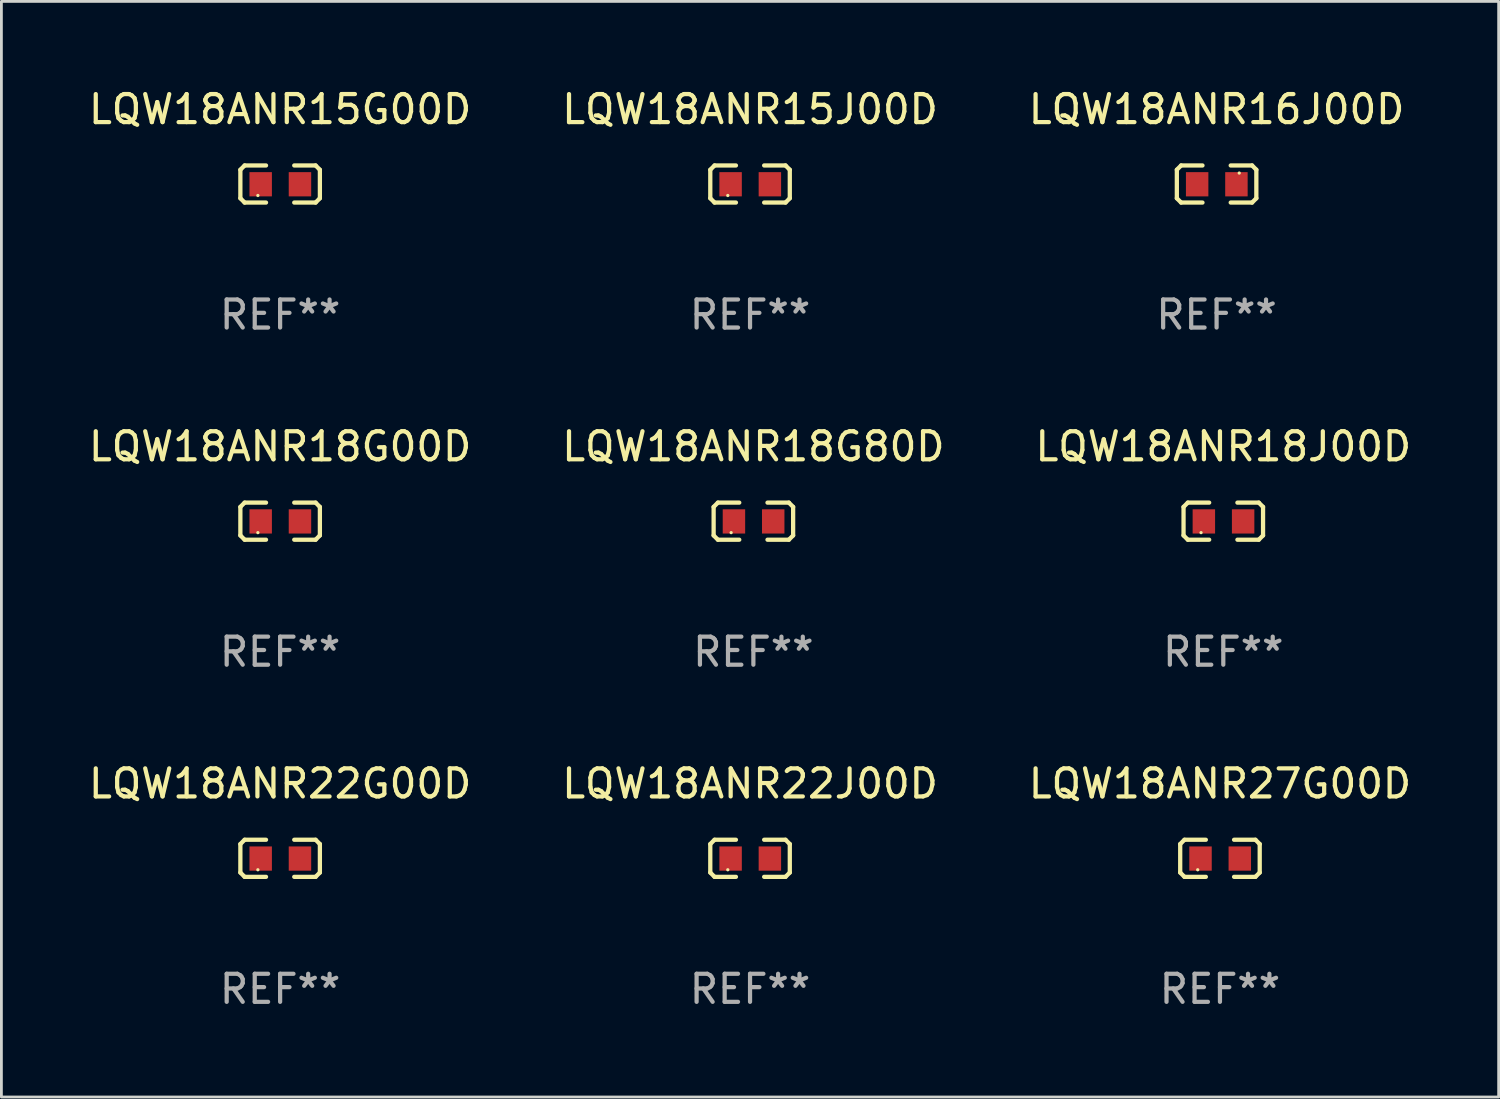
<source format=kicad_pcb>
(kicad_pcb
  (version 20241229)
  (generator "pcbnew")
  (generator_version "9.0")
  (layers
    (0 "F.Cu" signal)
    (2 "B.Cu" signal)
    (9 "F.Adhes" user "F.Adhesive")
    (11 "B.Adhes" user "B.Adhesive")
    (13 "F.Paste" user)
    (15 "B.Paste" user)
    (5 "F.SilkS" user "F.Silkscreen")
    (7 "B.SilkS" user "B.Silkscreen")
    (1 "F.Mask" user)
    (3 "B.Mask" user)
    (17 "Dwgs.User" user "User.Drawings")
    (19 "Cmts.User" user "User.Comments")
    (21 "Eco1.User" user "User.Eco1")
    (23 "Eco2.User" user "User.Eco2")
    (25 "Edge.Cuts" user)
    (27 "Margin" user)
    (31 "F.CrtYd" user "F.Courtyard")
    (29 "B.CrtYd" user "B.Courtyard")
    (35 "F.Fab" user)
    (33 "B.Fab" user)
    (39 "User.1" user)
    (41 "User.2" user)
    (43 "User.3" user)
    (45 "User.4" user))
  (footprint "LQW18ANR18G80D"
    (layer "F.Cu")
    (at 23.804 15.527)
    (property "Reference" "LQW18ANR18G80D" (at 0 -2.661 0) (layer "F.SilkS") (effects (font (size 1 1) (thickness 0.15))))
    (attr through_hole)
    (fp_line (start -1.417 -0.508) (end -1.265 -0.661) (stroke (width 0.152) (type solid)) (layer "F.SilkS"))
    (fp_line (start -1.417 0.508) (end -1.417 -0.508) (stroke (width 0.152) (type solid)) (layer "F.SilkS"))
    (fp_line (start -1.265 -0.661) (end -0.503 -0.661) (stroke (width 0.152) (type solid)) (layer "F.SilkS"))
    (fp_line (start -1.265 0.661) (end -1.417 0.508) (stroke (width 0.152) (type solid)) (layer "F.SilkS"))
    (fp_line (start -1.265 0.661) (end -0.503 0.661) (stroke (width 0.152) (type solid)) (layer "F.SilkS"))
    (fp_line (start 1.265 -0.661) (end 0.503 -0.661) (stroke (width 0.152) (type solid)) (layer "F.SilkS"))
    (fp_line (start 1.265 -0.661) (end 1.417 -0.508) (stroke (width 0.152) (type solid)) (layer "F.SilkS"))
    (fp_line (start 1.265 0.661) (end 0.503 0.661) (stroke (width 0.152) (type solid)) (layer "F.SilkS"))
    (fp_line (start 1.417 -0.508) (end 1.417 0.508) (stroke (width 0.152) (type solid)) (layer "F.SilkS"))
    (fp_line (start 1.417 0.508) (end 1.265 0.661) (stroke (width 0.152) (type solid)) (layer "F.SilkS"))
    (fp_circle (center -0.793 0.409) (end -0.763 0.409) (stroke (width 0.06) (type solid)) (fill no) (layer "F.SilkS"))
    (fp_text user "REF**" (at 0 4.661 0) (layer "F.Fab") (effects (font (size 1 1) (thickness 0.15))))
    (pad "1" smd rect (at -0.693 0.009 180) (size 0.8 0.864) (layers "F.Cu" "F.Mask" "F.Paste"))
    (pad "2" smd rect (at 0.707 0.009 180) (size 0.8 0.864) (layers "F.Cu" "F.Mask" "F.Paste")))
  (footprint "LQW18ANR15J00D"
    (layer "F.Cu")
    (at 23.685 3.509)
    (property "Reference" "LQW18ANR15J00D" (at 0 -2.661 0) (layer "F.SilkS") (effects (font (size 1 1) (thickness 0.15))))
    (attr through_hole)
    (fp_line (start -1.417 -0.508) (end -1.265 -0.661) (stroke (width 0.152) (type solid)) (layer "F.SilkS"))
    (fp_line (start -1.417 0.508) (end -1.417 -0.508) (stroke (width 0.152) (type solid)) (layer "F.SilkS"))
    (fp_line (start -1.265 -0.661) (end -0.503 -0.661) (stroke (width 0.152) (type solid)) (layer "F.SilkS"))
    (fp_line (start -1.265 0.661) (end -1.417 0.508) (stroke (width 0.152) (type solid)) (layer "F.SilkS"))
    (fp_line (start -1.265 0.661) (end -0.503 0.661) (stroke (width 0.152) (type solid)) (layer "F.SilkS"))
    (fp_line (start 1.265 -0.661) (end 0.503 -0.661) (stroke (width 0.152) (type solid)) (layer "F.SilkS"))
    (fp_line (start 1.265 -0.661) (end 1.417 -0.508) (stroke (width 0.152) (type solid)) (layer "F.SilkS"))
    (fp_line (start 1.265 0.661) (end 0.503 0.661) (stroke (width 0.152) (type solid)) (layer "F.SilkS"))
    (fp_line (start 1.417 -0.508) (end 1.417 0.508) (stroke (width 0.152) (type solid)) (layer "F.SilkS"))
    (fp_line (start 1.417 0.508) (end 1.265 0.661) (stroke (width 0.152) (type solid)) (layer "F.SilkS"))
    (fp_circle (center -0.793 0.409) (end -0.763 0.409) (stroke (width 0.06) (type solid)) (fill no) (layer "F.SilkS"))
    (fp_text user "REF**" (at 0 4.661 0) (layer "F.Fab") (effects (font (size 1 1) (thickness 0.15))))
    (pad "1" smd rect (at -0.693 0.009 180) (size 0.8 0.864) (layers "F.Cu" "F.Mask" "F.Paste"))
    (pad "2" smd rect (at 0.707 0.009 180) (size 0.8 0.864) (layers "F.Cu" "F.Mask" "F.Paste")))
  (footprint "LQW18ANR18G00D"
    (layer "F.Cu")
    (at 6.935 15.527)
    (property "Reference" "LQW18ANR18G00D" (at 0 -2.661 0) (layer "F.SilkS") (effects (font (size 1 1) (thickness 0.15))))
    (attr through_hole)
    (fp_line (start -1.417 -0.508) (end -1.265 -0.661) (stroke (width 0.152) (type solid)) (layer "F.SilkS"))
    (fp_line (start -1.417 0.508) (end -1.417 -0.508) (stroke (width 0.152) (type solid)) (layer "F.SilkS"))
    (fp_line (start -1.265 -0.661) (end -0.503 -0.661) (stroke (width 0.152) (type solid)) (layer "F.SilkS"))
    (fp_line (start -1.265 0.661) (end -1.417 0.508) (stroke (width 0.152) (type solid)) (layer "F.SilkS"))
    (fp_line (start -1.265 0.661) (end -0.503 0.661) (stroke (width 0.152) (type solid)) (layer "F.SilkS"))
    (fp_line (start 1.265 -0.661) (end 0.503 -0.661) (stroke (width 0.152) (type solid)) (layer "F.SilkS"))
    (fp_line (start 1.265 -0.661) (end 1.417 -0.508) (stroke (width 0.152) (type solid)) (layer "F.SilkS"))
    (fp_line (start 1.265 0.661) (end 0.503 0.661) (stroke (width 0.152) (type solid)) (layer "F.SilkS"))
    (fp_line (start 1.417 -0.508) (end 1.417 0.508) (stroke (width 0.152) (type solid)) (layer "F.SilkS"))
    (fp_line (start 1.417 0.508) (end 1.265 0.661) (stroke (width 0.152) (type solid)) (layer "F.SilkS"))
    (fp_circle (center -0.793 0.409) (end -0.763 0.409) (stroke (width 0.06) (type solid)) (fill no) (layer "F.SilkS"))
    (fp_text user "REF**" (at 0 4.661 0) (layer "F.Fab") (effects (font (size 1 1) (thickness 0.15))))
    (pad "1" smd rect (at -0.693 0.009 180) (size 0.8 0.864) (layers "F.Cu" "F.Mask" "F.Paste"))
    (pad "2" smd rect (at 0.707 0.009 180) (size 0.8 0.864) (layers "F.Cu" "F.Mask" "F.Paste")))
  (footprint "LQW18ANR22J00D"
    (layer "F.Cu")
    (at 23.685 27.544)
    (property "Reference" "LQW18ANR22J00D" (at 0 -2.661 0) (layer "F.SilkS") (effects (font (size 1 1) (thickness 0.15))))
    (attr through_hole)
    (fp_line (start -1.417 -0.508) (end -1.265 -0.661) (stroke (width 0.152) (type solid)) (layer "F.SilkS"))
    (fp_line (start -1.417 0.508) (end -1.417 -0.508) (stroke (width 0.152) (type solid)) (layer "F.SilkS"))
    (fp_line (start -1.265 -0.661) (end -0.503 -0.661) (stroke (width 0.152) (type solid)) (layer "F.SilkS"))
    (fp_line (start -1.265 0.661) (end -1.417 0.508) (stroke (width 0.152) (type solid)) (layer "F.SilkS"))
    (fp_line (start -1.265 0.661) (end -0.503 0.661) (stroke (width 0.152) (type solid)) (layer "F.SilkS"))
    (fp_line (start 1.265 -0.661) (end 0.503 -0.661) (stroke (width 0.152) (type solid)) (layer "F.SilkS"))
    (fp_line (start 1.265 -0.661) (end 1.417 -0.508) (stroke (width 0.152) (type solid)) (layer "F.SilkS"))
    (fp_line (start 1.265 0.661) (end 0.503 0.661) (stroke (width 0.152) (type solid)) (layer "F.SilkS"))
    (fp_line (start 1.417 -0.508) (end 1.417 0.508) (stroke (width 0.152) (type solid)) (layer "F.SilkS"))
    (fp_line (start 1.417 0.508) (end 1.265 0.661) (stroke (width 0.152) (type solid)) (layer "F.SilkS"))
    (fp_circle (center -0.793 0.409) (end -0.763 0.409) (stroke (width 0.06) (type solid)) (fill no) (layer "F.SilkS"))
    (fp_text user "REF**" (at 0 4.661 0) (layer "F.Fab") (effects (font (size 1 1) (thickness 0.15))))
    (pad "1" smd rect (at -0.693 0.009 180) (size 0.8 0.864) (layers "F.Cu" "F.Mask" "F.Paste"))
    (pad "2" smd rect (at 0.707 0.009 180) (size 0.8 0.864) (layers "F.Cu" "F.Mask" "F.Paste")))
  (footprint "LQW18ANR27G00D"
    (layer "F.Cu")
    (at 40.435 27.544)
    (property "Reference" "LQW18ANR27G00D" (at 0 -2.661 0) (layer "F.SilkS") (effects (font (size 1 1) (thickness 0.15))))
    (attr through_hole)
    (fp_line (start -1.417 -0.508) (end -1.265 -0.661) (stroke (width 0.152) (type solid)) (layer "F.SilkS"))
    (fp_line (start -1.417 0.508) (end -1.417 -0.508) (stroke (width 0.152) (type solid)) (layer "F.SilkS"))
    (fp_line (start -1.265 -0.661) (end -0.503 -0.661) (stroke (width 0.152) (type solid)) (layer "F.SilkS"))
    (fp_line (start -1.265 0.661) (end -1.417 0.508) (stroke (width 0.152) (type solid)) (layer "F.SilkS"))
    (fp_line (start -1.265 0.661) (end -0.503 0.661) (stroke (width 0.152) (type solid)) (layer "F.SilkS"))
    (fp_line (start 1.265 -0.661) (end 0.503 -0.661) (stroke (width 0.152) (type solid)) (layer "F.SilkS"))
    (fp_line (start 1.265 -0.661) (end 1.417 -0.508) (stroke (width 0.152) (type solid)) (layer "F.SilkS"))
    (fp_line (start 1.265 0.661) (end 0.503 0.661) (stroke (width 0.152) (type solid)) (layer "F.SilkS"))
    (fp_line (start 1.417 -0.508) (end 1.417 0.508) (stroke (width 0.152) (type solid)) (layer "F.SilkS"))
    (fp_line (start 1.417 0.508) (end 1.265 0.661) (stroke (width 0.152) (type solid)) (layer "F.SilkS"))
    (fp_circle (center -0.793 0.409) (end -0.763 0.409) (stroke (width 0.06) (type solid)) (fill no) (layer "F.SilkS"))
    (fp_text user "REF**" (at 0 4.661 0) (layer "F.Fab") (effects (font (size 1 1) (thickness 0.15))))
    (pad "1" smd rect (at -0.693 0.009 180) (size 0.8 0.864) (layers "F.Cu" "F.Mask" "F.Paste"))
    (pad "2" smd rect (at 0.707 0.009 180) (size 0.8 0.864) (layers "F.Cu" "F.Mask" "F.Paste")))
  (footprint "LQW18ANR16J00D"
    (layer "F.Cu")
    (at 40.315 3.509)
    (property "Reference" "LQW18ANR16J00D" (at 0 -2.661 0) (layer "F.SilkS") (effects (font (size 1 1) (thickness 0.15))))
    (attr through_hole)
    (fp_line (start -1.417 -0.508) (end -1.265 -0.661) (stroke (width 0.152) (type solid)) (layer "F.SilkS"))
    (fp_line (start -1.417 0.508) (end -1.417 -0.508) (stroke (width 0.152) (type solid)) (layer "F.SilkS"))
    (fp_line (start -1.265 -0.661) (end -0.503 -0.661) (stroke (width 0.152) (type solid)) (layer "F.SilkS"))
    (fp_line (start -1.265 0.661) (end -1.417 0.508) (stroke (width 0.152) (type solid)) (layer "F.SilkS"))
    (fp_line (start -1.265 0.661) (end -0.503 0.661) (stroke (width 0.152) (type solid)) (layer "F.SilkS"))
    (fp_line (start 1.265 -0.661) (end 0.503 -0.661) (stroke (width 0.152) (type solid)) (layer "F.SilkS"))
    (fp_line (start 1.265 -0.661) (end 1.417 -0.508) (stroke (width 0.152) (type solid)) (layer "F.SilkS"))
    (fp_line (start 1.265 0.661) (end 0.503 0.661) (stroke (width 0.152) (type solid)) (layer "F.SilkS"))
    (fp_line (start 1.417 -0.508) (end 1.417 0.508) (stroke (width 0.152) (type solid)) (layer "F.SilkS"))
    (fp_line (start 1.417 0.508) (end 1.265 0.661) (stroke (width 0.152) (type solid)) (layer "F.SilkS"))
    (fp_circle (center 0.807 -0.391) (end 0.837 -0.391) (stroke (width 0.06) (type solid)) (fill no) (layer "F.SilkS"))
    (fp_text user "REF**" (at 0 4.661 0) (layer "F.Fab") (effects (font (size 1 1) (thickness 0.15))))
    (pad "1" smd rect (at 0.707 0.009 180) (size 0.8 0.864) (layers "F.Cu" "F.Mask" "F.Paste"))
    (pad "2" smd rect (at -0.693 0.009 180) (size 0.8 0.864) (layers "F.Cu" "F.Mask" "F.Paste")))
  (footprint "LQW18ANR15G00D"
    (layer "F.Cu")
    (at 6.935 3.509)
    (property "Reference" "LQW18ANR15G00D" (at 0 -2.661 0) (layer "F.SilkS") (effects (font (size 1 1) (thickness 0.15))))
    (attr through_hole)
    (fp_line (start -1.417 -0.508) (end -1.265 -0.661) (stroke (width 0.152) (type solid)) (layer "F.SilkS"))
    (fp_line (start -1.417 0.508) (end -1.417 -0.508) (stroke (width 0.152) (type solid)) (layer "F.SilkS"))
    (fp_line (start -1.265 -0.661) (end -0.503 -0.661) (stroke (width 0.152) (type solid)) (layer "F.SilkS"))
    (fp_line (start -1.265 0.661) (end -1.417 0.508) (stroke (width 0.152) (type solid)) (layer "F.SilkS"))
    (fp_line (start -1.265 0.661) (end -0.503 0.661) (stroke (width 0.152) (type solid)) (layer "F.SilkS"))
    (fp_line (start 1.265 -0.661) (end 0.503 -0.661) (stroke (width 0.152) (type solid)) (layer "F.SilkS"))
    (fp_line (start 1.265 -0.661) (end 1.417 -0.508) (stroke (width 0.152) (type solid)) (layer "F.SilkS"))
    (fp_line (start 1.265 0.661) (end 0.503 0.661) (stroke (width 0.152) (type solid)) (layer "F.SilkS"))
    (fp_line (start 1.417 -0.508) (end 1.417 0.508) (stroke (width 0.152) (type solid)) (layer "F.SilkS"))
    (fp_line (start 1.417 0.508) (end 1.265 0.661) (stroke (width 0.152) (type solid)) (layer "F.SilkS"))
    (fp_circle (center -0.793 0.409) (end -0.763 0.409) (stroke (width 0.06) (type solid)) (fill no) (layer "F.SilkS"))
    (fp_text user "REF**" (at 0 4.661 0) (layer "F.Fab") (effects (font (size 1 1) (thickness 0.15))))
    (pad "1" smd rect (at -0.693 0.009 180) (size 0.8 0.864) (layers "F.Cu" "F.Mask" "F.Paste"))
    (pad "2" smd rect (at 0.707 0.009 180) (size 0.8 0.864) (layers "F.Cu" "F.Mask" "F.Paste")))
  (footprint "LQW18ANR18J00D"
    (layer "F.Cu")
    (at 40.554 15.527)
    (property "Reference" "LQW18ANR18J00D" (at 0 -2.661 0) (layer "F.SilkS") (effects (font (size 1 1) (thickness 0.15))))
    (attr through_hole)
    (fp_line (start -1.417 -0.508) (end -1.265 -0.661) (stroke (width 0.152) (type solid)) (layer "F.SilkS"))
    (fp_line (start -1.417 0.508) (end -1.417 -0.508) (stroke (width 0.152) (type solid)) (layer "F.SilkS"))
    (fp_line (start -1.265 -0.661) (end -0.503 -0.661) (stroke (width 0.152) (type solid)) (layer "F.SilkS"))
    (fp_line (start -1.265 0.661) (end -1.417 0.508) (stroke (width 0.152) (type solid)) (layer "F.SilkS"))
    (fp_line (start -1.265 0.661) (end -0.503 0.661) (stroke (width 0.152) (type solid)) (layer "F.SilkS"))
    (fp_line (start 1.265 -0.661) (end 0.503 -0.661) (stroke (width 0.152) (type solid)) (layer "F.SilkS"))
    (fp_line (start 1.265 -0.661) (end 1.417 -0.508) (stroke (width 0.152) (type solid)) (layer "F.SilkS"))
    (fp_line (start 1.265 0.661) (end 0.503 0.661) (stroke (width 0.152) (type solid)) (layer "F.SilkS"))
    (fp_line (start 1.417 -0.508) (end 1.417 0.508) (stroke (width 0.152) (type solid)) (layer "F.SilkS"))
    (fp_line (start 1.417 0.508) (end 1.265 0.661) (stroke (width 0.152) (type solid)) (layer "F.SilkS"))
    (fp_circle (center -0.793 0.409) (end -0.763 0.409) (stroke (width 0.06) (type solid)) (fill no) (layer "F.SilkS"))
    (fp_text user "REF**" (at 0 4.661 0) (layer "F.Fab") (effects (font (size 1 1) (thickness 0.15))))
    (pad "1" smd rect (at -0.693 0.009 180) (size 0.8 0.864) (layers "F.Cu" "F.Mask" "F.Paste"))
    (pad "2" smd rect (at 0.707 0.009 180) (size 0.8 0.864) (layers "F.Cu" "F.Mask" "F.Paste")))
  (footprint "LQW18ANR22G00D"
    (layer "F.Cu")
    (at 6.935 27.544)
    (property "Reference" "LQW18ANR22G00D" (at 0 -2.661 0) (layer "F.SilkS") (effects (font (size 1 1) (thickness 0.15))))
    (attr through_hole)
    (fp_line (start -1.417 -0.508) (end -1.265 -0.661) (stroke (width 0.152) (type solid)) (layer "F.SilkS"))
    (fp_line (start -1.417 0.508) (end -1.417 -0.508) (stroke (width 0.152) (type solid)) (layer "F.SilkS"))
    (fp_line (start -1.265 -0.661) (end -0.503 -0.661) (stroke (width 0.152) (type solid)) (layer "F.SilkS"))
    (fp_line (start -1.265 0.661) (end -1.417 0.508) (stroke (width 0.152) (type solid)) (layer "F.SilkS"))
    (fp_line (start -1.265 0.661) (end -0.503 0.661) (stroke (width 0.152) (type solid)) (layer "F.SilkS"))
    (fp_line (start 1.265 -0.661) (end 0.503 -0.661) (stroke (width 0.152) (type solid)) (layer "F.SilkS"))
    (fp_line (start 1.265 -0.661) (end 1.417 -0.508) (stroke (width 0.152) (type solid)) (layer "F.SilkS"))
    (fp_line (start 1.265 0.661) (end 0.503 0.661) (stroke (width 0.152) (type solid)) (layer "F.SilkS"))
    (fp_line (start 1.417 -0.508) (end 1.417 0.508) (stroke (width 0.152) (type solid)) (layer "F.SilkS"))
    (fp_line (start 1.417 0.508) (end 1.265 0.661) (stroke (width 0.152) (type solid)) (layer "F.SilkS"))
    (fp_circle (center -0.793 0.409) (end -0.763 0.409) (stroke (width 0.06) (type solid)) (fill no) (layer "F.SilkS"))
    (fp_text user "REF**" (at 0 4.661 0) (layer "F.Fab") (effects (font (size 1 1) (thickness 0.15))))
    (pad "1" smd rect (at -0.693 0.009 180) (size 0.8 0.864) (layers "F.Cu" "F.Mask" "F.Paste"))
    (pad "2" smd rect (at 0.707 0.009 180) (size 0.8 0.864) (layers "F.Cu" "F.Mask" "F.Paste")))
  (gr_rect
    (start -3 -3)
    (end 50.369 36.053)
    (stroke (width 0.1) (type default))
    (fill no)
    (layer "Edge.Cuts")))
</source>
